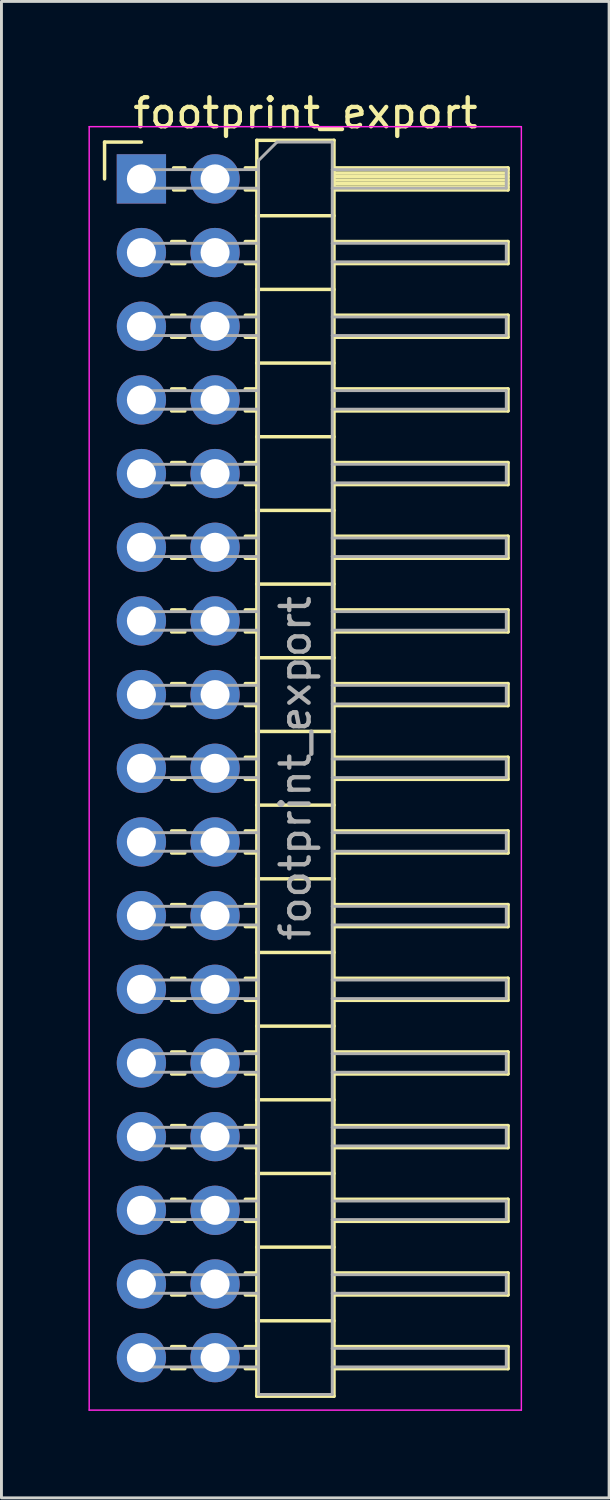
<source format=kicad_pcb>
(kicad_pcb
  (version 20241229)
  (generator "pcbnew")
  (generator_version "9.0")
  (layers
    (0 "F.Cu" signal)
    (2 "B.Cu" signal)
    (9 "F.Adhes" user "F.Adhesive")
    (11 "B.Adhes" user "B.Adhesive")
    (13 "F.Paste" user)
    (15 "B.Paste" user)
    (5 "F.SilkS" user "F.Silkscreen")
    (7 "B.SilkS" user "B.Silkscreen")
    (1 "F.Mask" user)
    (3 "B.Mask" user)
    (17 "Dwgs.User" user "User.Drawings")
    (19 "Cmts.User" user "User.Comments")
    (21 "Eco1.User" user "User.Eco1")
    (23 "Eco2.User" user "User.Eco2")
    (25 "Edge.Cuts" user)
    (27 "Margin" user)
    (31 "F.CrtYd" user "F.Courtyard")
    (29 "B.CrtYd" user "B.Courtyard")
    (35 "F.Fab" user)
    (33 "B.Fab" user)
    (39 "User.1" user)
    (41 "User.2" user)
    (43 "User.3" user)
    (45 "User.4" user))
  (footprint "footprint_export"
    (layer "F.Cu")
    (at 1.825 3.118)
    (property "Reference" "footprint_export" (at 5.655 -2.27 0) (layer "F.SilkS") (effects (font (size 1 1) (thickness 0.15))))
    (attr through_hole)
    (fp_line (start -1.27 -1.27) (end 0 -1.27) (stroke (width 0.12) (type solid)) (layer "F.SilkS"))
    (fp_line (start -1.27 0) (end -1.27 -1.27) (stroke (width 0.12) (type solid)) (layer "F.SilkS"))
    (fp_line (start 1.043 2.16) (end 1.497 2.16) (stroke (width 0.12) (type solid)) (layer "F.SilkS"))
    (fp_line (start 1.043 2.92) (end 1.497 2.92) (stroke (width 0.12) (type solid)) (layer "F.SilkS"))
    (fp_line (start 1.043 4.7) (end 1.497 4.7) (stroke (width 0.12) (type solid)) (layer "F.SilkS"))
    (fp_line (start 1.043 5.46) (end 1.497 5.46) (stroke (width 0.12) (type solid)) (layer "F.SilkS"))
    (fp_line (start 1.043 7.24) (end 1.497 7.24) (stroke (width 0.12) (type solid)) (layer "F.SilkS"))
    (fp_line (start 1.043 8) (end 1.497 8) (stroke (width 0.12) (type solid)) (layer "F.SilkS"))
    (fp_line (start 1.043 9.78) (end 1.497 9.78) (stroke (width 0.12) (type solid)) (layer "F.SilkS"))
    (fp_line (start 1.043 10.54) (end 1.497 10.54) (stroke (width 0.12) (type solid)) (layer "F.SilkS"))
    (fp_line (start 1.043 12.32) (end 1.497 12.32) (stroke (width 0.12) (type solid)) (layer "F.SilkS"))
    (fp_line (start 1.043 13.08) (end 1.497 13.08) (stroke (width 0.12) (type solid)) (layer "F.SilkS"))
    (fp_line (start 1.043 14.86) (end 1.497 14.86) (stroke (width 0.12) (type solid)) (layer "F.SilkS"))
    (fp_line (start 1.043 15.62) (end 1.497 15.62) (stroke (width 0.12) (type solid)) (layer "F.SilkS"))
    (fp_line (start 1.043 17.4) (end 1.497 17.4) (stroke (width 0.12) (type solid)) (layer "F.SilkS"))
    (fp_line (start 1.043 18.16) (end 1.497 18.16) (stroke (width 0.12) (type solid)) (layer "F.SilkS"))
    (fp_line (start 1.043 19.94) (end 1.497 19.94) (stroke (width 0.12) (type solid)) (layer "F.SilkS"))
    (fp_line (start 1.043 20.7) (end 1.497 20.7) (stroke (width 0.12) (type solid)) (layer "F.SilkS"))
    (fp_line (start 1.043 22.48) (end 1.497 22.48) (stroke (width 0.12) (type solid)) (layer "F.SilkS"))
    (fp_line (start 1.043 23.24) (end 1.497 23.24) (stroke (width 0.12) (type solid)) (layer "F.SilkS"))
    (fp_line (start 1.043 25.02) (end 1.497 25.02) (stroke (width 0.12) (type solid)) (layer "F.SilkS"))
    (fp_line (start 1.043 25.78) (end 1.497 25.78) (stroke (width 0.12) (type solid)) (layer "F.SilkS"))
    (fp_line (start 1.043 27.56) (end 1.497 27.56) (stroke (width 0.12) (type solid)) (layer "F.SilkS"))
    (fp_line (start 1.043 28.32) (end 1.497 28.32) (stroke (width 0.12) (type solid)) (layer "F.SilkS"))
    (fp_line (start 1.043 30.1) (end 1.497 30.1) (stroke (width 0.12) (type solid)) (layer "F.SilkS"))
    (fp_line (start 1.043 30.86) (end 1.497 30.86) (stroke (width 0.12) (type solid)) (layer "F.SilkS"))
    (fp_line (start 1.043 32.64) (end 1.497 32.64) (stroke (width 0.12) (type solid)) (layer "F.SilkS"))
    (fp_line (start 1.043 33.4) (end 1.497 33.4) (stroke (width 0.12) (type solid)) (layer "F.SilkS"))
    (fp_line (start 1.043 35.18) (end 1.497 35.18) (stroke (width 0.12) (type solid)) (layer "F.SilkS"))
    (fp_line (start 1.043 35.94) (end 1.497 35.94) (stroke (width 0.12) (type solid)) (layer "F.SilkS"))
    (fp_line (start 1.043 37.72) (end 1.497 37.72) (stroke (width 0.12) (type solid)) (layer "F.SilkS"))
    (fp_line (start 1.043 38.48) (end 1.497 38.48) (stroke (width 0.12) (type solid)) (layer "F.SilkS"))
    (fp_line (start 1.043 40.26) (end 1.497 40.26) (stroke (width 0.12) (type solid)) (layer "F.SilkS"))
    (fp_line (start 1.043 41.02) (end 1.497 41.02) (stroke (width 0.12) (type solid)) (layer "F.SilkS"))
    (fp_line (start 1.11 -0.38) (end 1.497 -0.38) (stroke (width 0.12) (type solid)) (layer "F.SilkS"))
    (fp_line (start 1.11 0.38) (end 1.497 0.38) (stroke (width 0.12) (type solid)) (layer "F.SilkS"))
    (fp_line (start 3.583 -0.38) (end 3.98 -0.38) (stroke (width 0.12) (type solid)) (layer "F.SilkS"))
    (fp_line (start 3.583 0.38) (end 3.98 0.38) (stroke (width 0.12) (type solid)) (layer "F.SilkS"))
    (fp_line (start 3.583 2.16) (end 3.98 2.16) (stroke (width 0.12) (type solid)) (layer "F.SilkS"))
    (fp_line (start 3.583 2.92) (end 3.98 2.92) (stroke (width 0.12) (type solid)) (layer "F.SilkS"))
    (fp_line (start 3.583 4.7) (end 3.98 4.7) (stroke (width 0.12) (type solid)) (layer "F.SilkS"))
    (fp_line (start 3.583 5.46) (end 3.98 5.46) (stroke (width 0.12) (type solid)) (layer "F.SilkS"))
    (fp_line (start 3.583 7.24) (end 3.98 7.24) (stroke (width 0.12) (type solid)) (layer "F.SilkS"))
    (fp_line (start 3.583 8) (end 3.98 8) (stroke (width 0.12) (type solid)) (layer "F.SilkS"))
    (fp_line (start 3.583 9.78) (end 3.98 9.78) (stroke (width 0.12) (type solid)) (layer "F.SilkS"))
    (fp_line (start 3.583 10.54) (end 3.98 10.54) (stroke (width 0.12) (type solid)) (layer "F.SilkS"))
    (fp_line (start 3.583 12.32) (end 3.98 12.32) (stroke (width 0.12) (type solid)) (layer "F.SilkS"))
    (fp_line (start 3.583 13.08) (end 3.98 13.08) (stroke (width 0.12) (type solid)) (layer "F.SilkS"))
    (fp_line (start 3.583 14.86) (end 3.98 14.86) (stroke (width 0.12) (type solid)) (layer "F.SilkS"))
    (fp_line (start 3.583 15.62) (end 3.98 15.62) (stroke (width 0.12) (type solid)) (layer "F.SilkS"))
    (fp_line (start 3.583 17.4) (end 3.98 17.4) (stroke (width 0.12) (type solid)) (layer "F.SilkS"))
    (fp_line (start 3.583 18.16) (end 3.98 18.16) (stroke (width 0.12) (type solid)) (layer "F.SilkS"))
    (fp_line (start 3.583 19.94) (end 3.98 19.94) (stroke (width 0.12) (type solid)) (layer "F.SilkS"))
    (fp_line (start 3.583 20.7) (end 3.98 20.7) (stroke (width 0.12) (type solid)) (layer "F.SilkS"))
    (fp_line (start 3.583 22.48) (end 3.98 22.48) (stroke (width 0.12) (type solid)) (layer "F.SilkS"))
    (fp_line (start 3.583 23.24) (end 3.98 23.24) (stroke (width 0.12) (type solid)) (layer "F.SilkS"))
    (fp_line (start 3.583 25.02) (end 3.98 25.02) (stroke (width 0.12) (type solid)) (layer "F.SilkS"))
    (fp_line (start 3.583 25.78) (end 3.98 25.78) (stroke (width 0.12) (type solid)) (layer "F.SilkS"))
    (fp_line (start 3.583 27.56) (end 3.98 27.56) (stroke (width 0.12) (type solid)) (layer "F.SilkS"))
    (fp_line (start 3.583 28.32) (end 3.98 28.32) (stroke (width 0.12) (type solid)) (layer "F.SilkS"))
    (fp_line (start 3.583 30.1) (end 3.98 30.1) (stroke (width 0.12) (type solid)) (layer "F.SilkS"))
    (fp_line (start 3.583 30.86) (end 3.98 30.86) (stroke (width 0.12) (type solid)) (layer "F.SilkS"))
    (fp_line (start 3.583 32.64) (end 3.98 32.64) (stroke (width 0.12) (type solid)) (layer "F.SilkS"))
    (fp_line (start 3.583 33.4) (end 3.98 33.4) (stroke (width 0.12) (type solid)) (layer "F.SilkS"))
    (fp_line (start 3.583 35.18) (end 3.98 35.18) (stroke (width 0.12) (type solid)) (layer "F.SilkS"))
    (fp_line (start 3.583 35.94) (end 3.98 35.94) (stroke (width 0.12) (type solid)) (layer "F.SilkS"))
    (fp_line (start 3.583 37.72) (end 3.98 37.72) (stroke (width 0.12) (type solid)) (layer "F.SilkS"))
    (fp_line (start 3.583 38.48) (end 3.98 38.48) (stroke (width 0.12) (type solid)) (layer "F.SilkS"))
    (fp_line (start 3.583 40.26) (end 3.98 40.26) (stroke (width 0.12) (type solid)) (layer "F.SilkS"))
    (fp_line (start 3.583 41.02) (end 3.98 41.02) (stroke (width 0.12) (type solid)) (layer "F.SilkS"))
    (fp_line (start 3.98 -1.33) (end 3.98 41.97) (stroke (width 0.12) (type solid)) (layer "F.SilkS"))
    (fp_line (start 3.98 1.27) (end 6.64 1.27) (stroke (width 0.12) (type solid)) (layer "F.SilkS"))
    (fp_line (start 3.98 3.81) (end 6.64 3.81) (stroke (width 0.12) (type solid)) (layer "F.SilkS"))
    (fp_line (start 3.98 6.35) (end 6.64 6.35) (stroke (width 0.12) (type solid)) (layer "F.SilkS"))
    (fp_line (start 3.98 8.89) (end 6.64 8.89) (stroke (width 0.12) (type solid)) (layer "F.SilkS"))
    (fp_line (start 3.98 11.43) (end 6.64 11.43) (stroke (width 0.12) (type solid)) (layer "F.SilkS"))
    (fp_line (start 3.98 13.97) (end 6.64 13.97) (stroke (width 0.12) (type solid)) (layer "F.SilkS"))
    (fp_line (start 3.98 16.51) (end 6.64 16.51) (stroke (width 0.12) (type solid)) (layer "F.SilkS"))
    (fp_line (start 3.98 19.05) (end 6.64 19.05) (stroke (width 0.12) (type solid)) (layer "F.SilkS"))
    (fp_line (start 3.98 21.59) (end 6.64 21.59) (stroke (width 0.12) (type solid)) (layer "F.SilkS"))
    (fp_line (start 3.98 24.13) (end 6.64 24.13) (stroke (width 0.12) (type solid)) (layer "F.SilkS"))
    (fp_line (start 3.98 26.67) (end 6.64 26.67) (stroke (width 0.12) (type solid)) (layer "F.SilkS"))
    (fp_line (start 3.98 29.21) (end 6.64 29.21) (stroke (width 0.12) (type solid)) (layer "F.SilkS"))
    (fp_line (start 3.98 31.75) (end 6.64 31.75) (stroke (width 0.12) (type solid)) (layer "F.SilkS"))
    (fp_line (start 3.98 34.29) (end 6.64 34.29) (stroke (width 0.12) (type solid)) (layer "F.SilkS"))
    (fp_line (start 3.98 36.83) (end 6.64 36.83) (stroke (width 0.12) (type solid)) (layer "F.SilkS"))
    (fp_line (start 3.98 39.37) (end 6.64 39.37) (stroke (width 0.12) (type solid)) (layer "F.SilkS"))
    (fp_line (start 3.98 41.97) (end 6.64 41.97) (stroke (width 0.12) (type solid)) (layer "F.SilkS"))
    (fp_line (start 6.64 -1.33) (end 3.98 -1.33) (stroke (width 0.12) (type solid)) (layer "F.SilkS"))
    (fp_line (start 6.64 -0.38) (end 12.64 -0.38) (stroke (width 0.12) (type solid)) (layer "F.SilkS"))
    (fp_line (start 6.64 -0.32) (end 12.64 -0.32) (stroke (width 0.12) (type solid)) (layer "F.SilkS"))
    (fp_line (start 6.64 -0.2) (end 12.64 -0.2) (stroke (width 0.12) (type solid)) (layer "F.SilkS"))
    (fp_line (start 6.64 -0.08) (end 12.64 -0.08) (stroke (width 0.12) (type solid)) (layer "F.SilkS"))
    (fp_line (start 6.64 0.04) (end 12.64 0.04) (stroke (width 0.12) (type solid)) (layer "F.SilkS"))
    (fp_line (start 6.64 0.16) (end 12.64 0.16) (stroke (width 0.12) (type solid)) (layer "F.SilkS"))
    (fp_line (start 6.64 0.28) (end 12.64 0.28) (stroke (width 0.12) (type solid)) (layer "F.SilkS"))
    (fp_line (start 6.64 2.16) (end 12.64 2.16) (stroke (width 0.12) (type solid)) (layer "F.SilkS"))
    (fp_line (start 6.64 4.7) (end 12.64 4.7) (stroke (width 0.12) (type solid)) (layer "F.SilkS"))
    (fp_line (start 6.64 7.24) (end 12.64 7.24) (stroke (width 0.12) (type solid)) (layer "F.SilkS"))
    (fp_line (start 6.64 9.78) (end 12.64 9.78) (stroke (width 0.12) (type solid)) (layer "F.SilkS"))
    (fp_line (start 6.64 12.32) (end 12.64 12.32) (stroke (width 0.12) (type solid)) (layer "F.SilkS"))
    (fp_line (start 6.64 14.86) (end 12.64 14.86) (stroke (width 0.12) (type solid)) (layer "F.SilkS"))
    (fp_line (start 6.64 17.4) (end 12.64 17.4) (stroke (width 0.12) (type solid)) (layer "F.SilkS"))
    (fp_line (start 6.64 19.94) (end 12.64 19.94) (stroke (width 0.12) (type solid)) (layer "F.SilkS"))
    (fp_line (start 6.64 22.48) (end 12.64 22.48) (stroke (width 0.12) (type solid)) (layer "F.SilkS"))
    (fp_line (start 6.64 25.02) (end 12.64 25.02) (stroke (width 0.12) (type solid)) (layer "F.SilkS"))
    (fp_line (start 6.64 27.56) (end 12.64 27.56) (stroke (width 0.12) (type solid)) (layer "F.SilkS"))
    (fp_line (start 6.64 30.1) (end 12.64 30.1) (stroke (width 0.12) (type solid)) (layer "F.SilkS"))
    (fp_line (start 6.64 32.64) (end 12.64 32.64) (stroke (width 0.12) (type solid)) (layer "F.SilkS"))
    (fp_line (start 6.64 35.18) (end 12.64 35.18) (stroke (width 0.12) (type solid)) (layer "F.SilkS"))
    (fp_line (start 6.64 37.72) (end 12.64 37.72) (stroke (width 0.12) (type solid)) (layer "F.SilkS"))
    (fp_line (start 6.64 40.26) (end 12.64 40.26) (stroke (width 0.12) (type solid)) (layer "F.SilkS"))
    (fp_line (start 6.64 41.97) (end 6.64 -1.33) (stroke (width 0.12) (type solid)) (layer "F.SilkS"))
    (fp_line (start 12.64 -0.38) (end 12.64 0.38) (stroke (width 0.12) (type solid)) (layer "F.SilkS"))
    (fp_line (start 12.64 0.38) (end 6.64 0.38) (stroke (width 0.12) (type solid)) (layer "F.SilkS"))
    (fp_line (start 12.64 2.16) (end 12.64 2.92) (stroke (width 0.12) (type solid)) (layer "F.SilkS"))
    (fp_line (start 12.64 2.92) (end 6.64 2.92) (stroke (width 0.12) (type solid)) (layer "F.SilkS"))
    (fp_line (start 12.64 4.7) (end 12.64 5.46) (stroke (width 0.12) (type solid)) (layer "F.SilkS"))
    (fp_line (start 12.64 5.46) (end 6.64 5.46) (stroke (width 0.12) (type solid)) (layer "F.SilkS"))
    (fp_line (start 12.64 7.24) (end 12.64 8) (stroke (width 0.12) (type solid)) (layer "F.SilkS"))
    (fp_line (start 12.64 8) (end 6.64 8) (stroke (width 0.12) (type solid)) (layer "F.SilkS"))
    (fp_line (start 12.64 9.78) (end 12.64 10.54) (stroke (width 0.12) (type solid)) (layer "F.SilkS"))
    (fp_line (start 12.64 10.54) (end 6.64 10.54) (stroke (width 0.12) (type solid)) (layer "F.SilkS"))
    (fp_line (start 12.64 12.32) (end 12.64 13.08) (stroke (width 0.12) (type solid)) (layer "F.SilkS"))
    (fp_line (start 12.64 13.08) (end 6.64 13.08) (stroke (width 0.12) (type solid)) (layer "F.SilkS"))
    (fp_line (start 12.64 14.86) (end 12.64 15.62) (stroke (width 0.12) (type solid)) (layer "F.SilkS"))
    (fp_line (start 12.64 15.62) (end 6.64 15.62) (stroke (width 0.12) (type solid)) (layer "F.SilkS"))
    (fp_line (start 12.64 17.4) (end 12.64 18.16) (stroke (width 0.12) (type solid)) (layer "F.SilkS"))
    (fp_line (start 12.64 18.16) (end 6.64 18.16) (stroke (width 0.12) (type solid)) (layer "F.SilkS"))
    (fp_line (start 12.64 19.94) (end 12.64 20.7) (stroke (width 0.12) (type solid)) (layer "F.SilkS"))
    (fp_line (start 12.64 20.7) (end 6.64 20.7) (stroke (width 0.12) (type solid)) (layer "F.SilkS"))
    (fp_line (start 12.64 22.48) (end 12.64 23.24) (stroke (width 0.12) (type solid)) (layer "F.SilkS"))
    (fp_line (start 12.64 23.24) (end 6.64 23.24) (stroke (width 0.12) (type solid)) (layer "F.SilkS"))
    (fp_line (start 12.64 25.02) (end 12.64 25.78) (stroke (width 0.12) (type solid)) (layer "F.SilkS"))
    (fp_line (start 12.64 25.78) (end 6.64 25.78) (stroke (width 0.12) (type solid)) (layer "F.SilkS"))
    (fp_line (start 12.64 27.56) (end 12.64 28.32) (stroke (width 0.12) (type solid)) (layer "F.SilkS"))
    (fp_line (start 12.64 28.32) (end 6.64 28.32) (stroke (width 0.12) (type solid)) (layer "F.SilkS"))
    (fp_line (start 12.64 30.1) (end 12.64 30.86) (stroke (width 0.12) (type solid)) (layer "F.SilkS"))
    (fp_line (start 12.64 30.86) (end 6.64 30.86) (stroke (width 0.12) (type solid)) (layer "F.SilkS"))
    (fp_line (start 12.64 32.64) (end 12.64 33.4) (stroke (width 0.12) (type solid)) (layer "F.SilkS"))
    (fp_line (start 12.64 33.4) (end 6.64 33.4) (stroke (width 0.12) (type solid)) (layer "F.SilkS"))
    (fp_line (start 12.64 35.18) (end 12.64 35.94) (stroke (width 0.12) (type solid)) (layer "F.SilkS"))
    (fp_line (start 12.64 35.94) (end 6.64 35.94) (stroke (width 0.12) (type solid)) (layer "F.SilkS"))
    (fp_line (start 12.64 37.72) (end 12.64 38.48) (stroke (width 0.12) (type solid)) (layer "F.SilkS"))
    (fp_line (start 12.64 38.48) (end 6.64 38.48) (stroke (width 0.12) (type solid)) (layer "F.SilkS"))
    (fp_line (start 12.64 40.26) (end 12.64 41.02) (stroke (width 0.12) (type solid)) (layer "F.SilkS"))
    (fp_line (start 12.64 41.02) (end 6.64 41.02) (stroke (width 0.12) (type solid)) (layer "F.SilkS"))
    (fp_line (start -1.8 -1.8) (end -1.8 42.45) (stroke (width 0.05) (type solid)) (layer "F.CrtYd"))
    (fp_line (start -1.8 42.45) (end 13.1 42.45) (stroke (width 0.05) (type solid)) (layer "F.CrtYd"))
    (fp_line (start 13.1 -1.8) (end -1.8 -1.8) (stroke (width 0.05) (type solid)) (layer "F.CrtYd"))
    (fp_line (start 13.1 42.45) (end 13.1 -1.8) (stroke (width 0.05) (type solid)) (layer "F.CrtYd"))
    (fp_line (start -0.32 -0.32) (end -0.32 0.32) (stroke (width 0.1) (type solid)) (layer "F.Fab"))
    (fp_line (start -0.32 -0.32) (end 4.04 -0.32) (stroke (width 0.1) (type solid)) (layer "F.Fab"))
    (fp_line (start -0.32 0.32) (end 4.04 0.32) (stroke (width 0.1) (type solid)) (layer "F.Fab"))
    (fp_line (start -0.32 2.22) (end -0.32 2.86) (stroke (width 0.1) (type solid)) (layer "F.Fab"))
    (fp_line (start -0.32 2.22) (end 4.04 2.22) (stroke (width 0.1) (type solid)) (layer "F.Fab"))
    (fp_line (start -0.32 2.86) (end 4.04 2.86) (stroke (width 0.1) (type solid)) (layer "F.Fab"))
    (fp_line (start -0.32 4.76) (end -0.32 5.4) (stroke (width 0.1) (type solid)) (layer "F.Fab"))
    (fp_line (start -0.32 4.76) (end 4.04 4.76) (stroke (width 0.1) (type solid)) (layer "F.Fab"))
    (fp_line (start -0.32 5.4) (end 4.04 5.4) (stroke (width 0.1) (type solid)) (layer "F.Fab"))
    (fp_line (start -0.32 7.3) (end -0.32 7.94) (stroke (width 0.1) (type solid)) (layer "F.Fab"))
    (fp_line (start -0.32 7.3) (end 4.04 7.3) (stroke (width 0.1) (type solid)) (layer "F.Fab"))
    (fp_line (start -0.32 7.94) (end 4.04 7.94) (stroke (width 0.1) (type solid)) (layer "F.Fab"))
    (fp_line (start -0.32 9.84) (end -0.32 10.48) (stroke (width 0.1) (type solid)) (layer "F.Fab"))
    (fp_line (start -0.32 9.84) (end 4.04 9.84) (stroke (width 0.1) (type solid)) (layer "F.Fab"))
    (fp_line (start -0.32 10.48) (end 4.04 10.48) (stroke (width 0.1) (type solid)) (layer "F.Fab"))
    (fp_line (start -0.32 12.38) (end -0.32 13.02) (stroke (width 0.1) (type solid)) (layer "F.Fab"))
    (fp_line (start -0.32 12.38) (end 4.04 12.38) (stroke (width 0.1) (type solid)) (layer "F.Fab"))
    (fp_line (start -0.32 13.02) (end 4.04 13.02) (stroke (width 0.1) (type solid)) (layer "F.Fab"))
    (fp_line (start -0.32 14.92) (end -0.32 15.56) (stroke (width 0.1) (type solid)) (layer "F.Fab"))
    (fp_line (start -0.32 14.92) (end 4.04 14.92) (stroke (width 0.1) (type solid)) (layer "F.Fab"))
    (fp_line (start -0.32 15.56) (end 4.04 15.56) (stroke (width 0.1) (type solid)) (layer "F.Fab"))
    (fp_line (start -0.32 17.46) (end -0.32 18.1) (stroke (width 0.1) (type solid)) (layer "F.Fab"))
    (fp_line (start -0.32 17.46) (end 4.04 17.46) (stroke (width 0.1) (type solid)) (layer "F.Fab"))
    (fp_line (start -0.32 18.1) (end 4.04 18.1) (stroke (width 0.1) (type solid)) (layer "F.Fab"))
    (fp_line (start -0.32 20) (end -0.32 20.64) (stroke (width 0.1) (type solid)) (layer "F.Fab"))
    (fp_line (start -0.32 20) (end 4.04 20) (stroke (width 0.1) (type solid)) (layer "F.Fab"))
    (fp_line (start -0.32 20.64) (end 4.04 20.64) (stroke (width 0.1) (type solid)) (layer "F.Fab"))
    (fp_line (start -0.32 22.54) (end -0.32 23.18) (stroke (width 0.1) (type solid)) (layer "F.Fab"))
    (fp_line (start -0.32 22.54) (end 4.04 22.54) (stroke (width 0.1) (type solid)) (layer "F.Fab"))
    (fp_line (start -0.32 23.18) (end 4.04 23.18) (stroke (width 0.1) (type solid)) (layer "F.Fab"))
    (fp_line (start -0.32 25.08) (end -0.32 25.72) (stroke (width 0.1) (type solid)) (layer "F.Fab"))
    (fp_line (start -0.32 25.08) (end 4.04 25.08) (stroke (width 0.1) (type solid)) (layer "F.Fab"))
    (fp_line (start -0.32 25.72) (end 4.04 25.72) (stroke (width 0.1) (type solid)) (layer "F.Fab"))
    (fp_line (start -0.32 27.62) (end -0.32 28.26) (stroke (width 0.1) (type solid)) (layer "F.Fab"))
    (fp_line (start -0.32 27.62) (end 4.04 27.62) (stroke (width 0.1) (type solid)) (layer "F.Fab"))
    (fp_line (start -0.32 28.26) (end 4.04 28.26) (stroke (width 0.1) (type solid)) (layer "F.Fab"))
    (fp_line (start -0.32 30.16) (end -0.32 30.8) (stroke (width 0.1) (type solid)) (layer "F.Fab"))
    (fp_line (start -0.32 30.16) (end 4.04 30.16) (stroke (width 0.1) (type solid)) (layer "F.Fab"))
    (fp_line (start -0.32 30.8) (end 4.04 30.8) (stroke (width 0.1) (type solid)) (layer "F.Fab"))
    (fp_line (start -0.32 32.7) (end -0.32 33.34) (stroke (width 0.1) (type solid)) (layer "F.Fab"))
    (fp_line (start -0.32 32.7) (end 4.04 32.7) (stroke (width 0.1) (type solid)) (layer "F.Fab"))
    (fp_line (start -0.32 33.34) (end 4.04 33.34) (stroke (width 0.1) (type solid)) (layer "F.Fab"))
    (fp_line (start -0.32 35.24) (end -0.32 35.88) (stroke (width 0.1) (type solid)) (layer "F.Fab"))
    (fp_line (start -0.32 35.24) (end 4.04 35.24) (stroke (width 0.1) (type solid)) (layer "F.Fab"))
    (fp_line (start -0.32 35.88) (end 4.04 35.88) (stroke (width 0.1) (type solid)) (layer "F.Fab"))
    (fp_line (start -0.32 37.78) (end -0.32 38.42) (stroke (width 0.1) (type solid)) (layer "F.Fab"))
    (fp_line (start -0.32 37.78) (end 4.04 37.78) (stroke (width 0.1) (type solid)) (layer "F.Fab"))
    (fp_line (start -0.32 38.42) (end 4.04 38.42) (stroke (width 0.1) (type solid)) (layer "F.Fab"))
    (fp_line (start -0.32 40.32) (end -0.32 40.96) (stroke (width 0.1) (type solid)) (layer "F.Fab"))
    (fp_line (start -0.32 40.32) (end 4.04 40.32) (stroke (width 0.1) (type solid)) (layer "F.Fab"))
    (fp_line (start -0.32 40.96) (end 4.04 40.96) (stroke (width 0.1) (type solid)) (layer "F.Fab"))
    (fp_line (start 4.04 -0.635) (end 4.675 -1.27) (stroke (width 0.1) (type solid)) (layer "F.Fab"))
    (fp_line (start 4.04 41.91) (end 4.04 -0.635) (stroke (width 0.1) (type solid)) (layer "F.Fab"))
    (fp_line (start 4.675 -1.27) (end 6.58 -1.27) (stroke (width 0.1) (type solid)) (layer "F.Fab"))
    (fp_line (start 6.58 -1.27) (end 6.58 41.91) (stroke (width 0.1) (type solid)) (layer "F.Fab"))
    (fp_line (start 6.58 -0.32) (end 12.58 -0.32) (stroke (width 0.1) (type solid)) (layer "F.Fab"))
    (fp_line (start 6.58 0.32) (end 12.58 0.32) (stroke (width 0.1) (type solid)) (layer "F.Fab"))
    (fp_line (start 6.58 2.22) (end 12.58 2.22) (stroke (width 0.1) (type solid)) (layer "F.Fab"))
    (fp_line (start 6.58 2.86) (end 12.58 2.86) (stroke (width 0.1) (type solid)) (layer "F.Fab"))
    (fp_line (start 6.58 4.76) (end 12.58 4.76) (stroke (width 0.1) (type solid)) (layer "F.Fab"))
    (fp_line (start 6.58 5.4) (end 12.58 5.4) (stroke (width 0.1) (type solid)) (layer "F.Fab"))
    (fp_line (start 6.58 7.3) (end 12.58 7.3) (stroke (width 0.1) (type solid)) (layer "F.Fab"))
    (fp_line (start 6.58 7.94) (end 12.58 7.94) (stroke (width 0.1) (type solid)) (layer "F.Fab"))
    (fp_line (start 6.58 9.84) (end 12.58 9.84) (stroke (width 0.1) (type solid)) (layer "F.Fab"))
    (fp_line (start 6.58 10.48) (end 12.58 10.48) (stroke (width 0.1) (type solid)) (layer "F.Fab"))
    (fp_line (start 6.58 12.38) (end 12.58 12.38) (stroke (width 0.1) (type solid)) (layer "F.Fab"))
    (fp_line (start 6.58 13.02) (end 12.58 13.02) (stroke (width 0.1) (type solid)) (layer "F.Fab"))
    (fp_line (start 6.58 14.92) (end 12.58 14.92) (stroke (width 0.1) (type solid)) (layer "F.Fab"))
    (fp_line (start 6.58 15.56) (end 12.58 15.56) (stroke (width 0.1) (type solid)) (layer "F.Fab"))
    (fp_line (start 6.58 17.46) (end 12.58 17.46) (stroke (width 0.1) (type solid)) (layer "F.Fab"))
    (fp_line (start 6.58 18.1) (end 12.58 18.1) (stroke (width 0.1) (type solid)) (layer "F.Fab"))
    (fp_line (start 6.58 20) (end 12.58 20) (stroke (width 0.1) (type solid)) (layer "F.Fab"))
    (fp_line (start 6.58 20.64) (end 12.58 20.64) (stroke (width 0.1) (type solid)) (layer "F.Fab"))
    (fp_line (start 6.58 22.54) (end 12.58 22.54) (stroke (width 0.1) (type solid)) (layer "F.Fab"))
    (fp_line (start 6.58 23.18) (end 12.58 23.18) (stroke (width 0.1) (type solid)) (layer "F.Fab"))
    (fp_line (start 6.58 25.08) (end 12.58 25.08) (stroke (width 0.1) (type solid)) (layer "F.Fab"))
    (fp_line (start 6.58 25.72) (end 12.58 25.72) (stroke (width 0.1) (type solid)) (layer "F.Fab"))
    (fp_line (start 6.58 27.62) (end 12.58 27.62) (stroke (width 0.1) (type solid)) (layer "F.Fab"))
    (fp_line (start 6.58 28.26) (end 12.58 28.26) (stroke (width 0.1) (type solid)) (layer "F.Fab"))
    (fp_line (start 6.58 30.16) (end 12.58 30.16) (stroke (width 0.1) (type solid)) (layer "F.Fab"))
    (fp_line (start 6.58 30.8) (end 12.58 30.8) (stroke (width 0.1) (type solid)) (layer "F.Fab"))
    (fp_line (start 6.58 32.7) (end 12.58 32.7) (stroke (width 0.1) (type solid)) (layer "F.Fab"))
    (fp_line (start 6.58 33.34) (end 12.58 33.34) (stroke (width 0.1) (type solid)) (layer "F.Fab"))
    (fp_line (start 6.58 35.24) (end 12.58 35.24) (stroke (width 0.1) (type solid)) (layer "F.Fab"))
    (fp_line (start 6.58 35.88) (end 12.58 35.88) (stroke (width 0.1) (type solid)) (layer "F.Fab"))
    (fp_line (start 6.58 37.78) (end 12.58 37.78) (stroke (width 0.1) (type solid)) (layer "F.Fab"))
    (fp_line (start 6.58 38.42) (end 12.58 38.42) (stroke (width 0.1) (type solid)) (layer "F.Fab"))
    (fp_line (start 6.58 40.32) (end 12.58 40.32) (stroke (width 0.1) (type solid)) (layer "F.Fab"))
    (fp_line (start 6.58 40.96) (end 12.58 40.96) (stroke (width 0.1) (type solid)) (layer "F.Fab"))
    (fp_line (start 6.58 41.91) (end 4.04 41.91) (stroke (width 0.1) (type solid)) (layer "F.Fab"))
    (fp_line (start 12.58 -0.32) (end 12.58 0.32) (stroke (width 0.1) (type solid)) (layer "F.Fab"))
    (fp_line (start 12.58 2.22) (end 12.58 2.86) (stroke (width 0.1) (type solid)) (layer "F.Fab"))
    (fp_line (start 12.58 4.76) (end 12.58 5.4) (stroke (width 0.1) (type solid)) (layer "F.Fab"))
    (fp_line (start 12.58 7.3) (end 12.58 7.94) (stroke (width 0.1) (type solid)) (layer "F.Fab"))
    (fp_line (start 12.58 9.84) (end 12.58 10.48) (stroke (width 0.1) (type solid)) (layer "F.Fab"))
    (fp_line (start 12.58 12.38) (end 12.58 13.02) (stroke (width 0.1) (type solid)) (layer "F.Fab"))
    (fp_line (start 12.58 14.92) (end 12.58 15.56) (stroke (width 0.1) (type solid)) (layer "F.Fab"))
    (fp_line (start 12.58 17.46) (end 12.58 18.1) (stroke (width 0.1) (type solid)) (layer "F.Fab"))
    (fp_line (start 12.58 20) (end 12.58 20.64) (stroke (width 0.1) (type solid)) (layer "F.Fab"))
    (fp_line (start 12.58 22.54) (end 12.58 23.18) (stroke (width 0.1) (type solid)) (layer "F.Fab"))
    (fp_line (start 12.58 25.08) (end 12.58 25.72) (stroke (width 0.1) (type solid)) (layer "F.Fab"))
    (fp_line (start 12.58 27.62) (end 12.58 28.26) (stroke (width 0.1) (type solid)) (layer "F.Fab"))
    (fp_line (start 12.58 30.16) (end 12.58 30.8) (stroke (width 0.1) (type solid)) (layer "F.Fab"))
    (fp_line (start 12.58 32.7) (end 12.58 33.34) (stroke (width 0.1) (type solid)) (layer "F.Fab"))
    (fp_line (start 12.58 35.24) (end 12.58 35.88) (stroke (width 0.1) (type solid)) (layer "F.Fab"))
    (fp_line (start 12.58 37.78) (end 12.58 38.42) (stroke (width 0.1) (type solid)) (layer "F.Fab"))
    (fp_line (start 12.58 40.32) (end 12.58 40.96) (stroke (width 0.1) (type solid)) (layer "F.Fab"))
    (fp_text user "${REFERENCE}" (at 5.31 20.32 90) (layer "F.Fab") (effects (font (size 1 1) (thickness 0.15))))
    (pad "1" thru_hole rect (at 0 0) (size 1.7 1.7) (drill 1) (layers "*.Cu" "*.Mask"))
    (pad "2" thru_hole oval (at 2.54 0) (size 1.7 1.7) (drill 1) (layers "*.Cu" "*.Mask"))
    (pad "3" thru_hole oval (at 0 2.54) (size 1.7 1.7) (drill 1) (layers "*.Cu" "*.Mask"))
    (pad "4" thru_hole oval (at 2.54 2.54) (size 1.7 1.7) (drill 1) (layers "*.Cu" "*.Mask"))
    (pad "5" thru_hole oval (at 0 5.08) (size 1.7 1.7) (drill 1) (layers "*.Cu" "*.Mask"))
    (pad "6" thru_hole oval (at 2.54 5.08) (size 1.7 1.7) (drill 1) (layers "*.Cu" "*.Mask"))
    (pad "7" thru_hole oval (at 0 7.62) (size 1.7 1.7) (drill 1) (layers "*.Cu" "*.Mask"))
    (pad "8" thru_hole oval (at 2.54 7.62) (size 1.7 1.7) (drill 1) (layers "*.Cu" "*.Mask"))
    (pad "9" thru_hole oval (at 0 10.16) (size 1.7 1.7) (drill 1) (layers "*.Cu" "*.Mask"))
    (pad "10" thru_hole oval (at 2.54 10.16) (size 1.7 1.7) (drill 1) (layers "*.Cu" "*.Mask"))
    (pad "11" thru_hole oval (at 0 12.7) (size 1.7 1.7) (drill 1) (layers "*.Cu" "*.Mask"))
    (pad "12" thru_hole oval (at 2.54 12.7) (size 1.7 1.7) (drill 1) (layers "*.Cu" "*.Mask"))
    (pad "13" thru_hole oval (at 0 15.24) (size 1.7 1.7) (drill 1) (layers "*.Cu" "*.Mask"))
    (pad "14" thru_hole oval (at 2.54 15.24) (size 1.7 1.7) (drill 1) (layers "*.Cu" "*.Mask"))
    (pad "15" thru_hole oval (at 0 17.78) (size 1.7 1.7) (drill 1) (layers "*.Cu" "*.Mask"))
    (pad "16" thru_hole oval (at 2.54 17.78) (size 1.7 1.7) (drill 1) (layers "*.Cu" "*.Mask"))
    (pad "17" thru_hole oval (at 0 20.32) (size 1.7 1.7) (drill 1) (layers "*.Cu" "*.Mask"))
    (pad "18" thru_hole oval (at 2.54 20.32) (size 1.7 1.7) (drill 1) (layers "*.Cu" "*.Mask"))
    (pad "19" thru_hole oval (at 0 22.86) (size 1.7 1.7) (drill 1) (layers "*.Cu" "*.Mask"))
    (pad "20" thru_hole oval (at 2.54 22.86) (size 1.7 1.7) (drill 1) (layers "*.Cu" "*.Mask"))
    (pad "21" thru_hole oval (at 0 25.4) (size 1.7 1.7) (drill 1) (layers "*.Cu" "*.Mask"))
    (pad "22" thru_hole oval (at 2.54 25.4) (size 1.7 1.7) (drill 1) (layers "*.Cu" "*.Mask"))
    (pad "23" thru_hole oval (at 0 27.94) (size 1.7 1.7) (drill 1) (layers "*.Cu" "*.Mask"))
    (pad "24" thru_hole oval (at 2.54 27.94) (size 1.7 1.7) (drill 1) (layers "*.Cu" "*.Mask"))
    (pad "25" thru_hole oval (at 0 30.48) (size 1.7 1.7) (drill 1) (layers "*.Cu" "*.Mask"))
    (pad "26" thru_hole oval (at 2.54 30.48) (size 1.7 1.7) (drill 1) (layers "*.Cu" "*.Mask"))
    (pad "27" thru_hole oval (at 0 33.02) (size 1.7 1.7) (drill 1) (layers "*.Cu" "*.Mask"))
    (pad "28" thru_hole oval (at 2.54 33.02) (size 1.7 1.7) (drill 1) (layers "*.Cu" "*.Mask"))
    (pad "29" thru_hole oval (at 0 35.56) (size 1.7 1.7) (drill 1) (layers "*.Cu" "*.Mask"))
    (pad "30" thru_hole oval (at 2.54 35.56) (size 1.7 1.7) (drill 1) (layers "*.Cu" "*.Mask"))
    (pad "31" thru_hole oval (at 0 38.1) (size 1.7 1.7) (drill 1) (layers "*.Cu" "*.Mask"))
    (pad "32" thru_hole oval (at 2.54 38.1) (size 1.7 1.7) (drill 1) (layers "*.Cu" "*.Mask"))
    (pad "33" thru_hole oval (at 0 40.64) (size 1.7 1.7) (drill 1) (layers "*.Cu" "*.Mask"))
    (pad "34" thru_hole oval (at 2.54 40.64) (size 1.7 1.7) (drill 1) (layers "*.Cu" "*.Mask")))
  (gr_rect
    (start -3 -3)
    (end 17.95 48.593)
    (stroke (width 0.1) (type default))
    (fill no)
    (layer "Edge.Cuts")))
</source>
